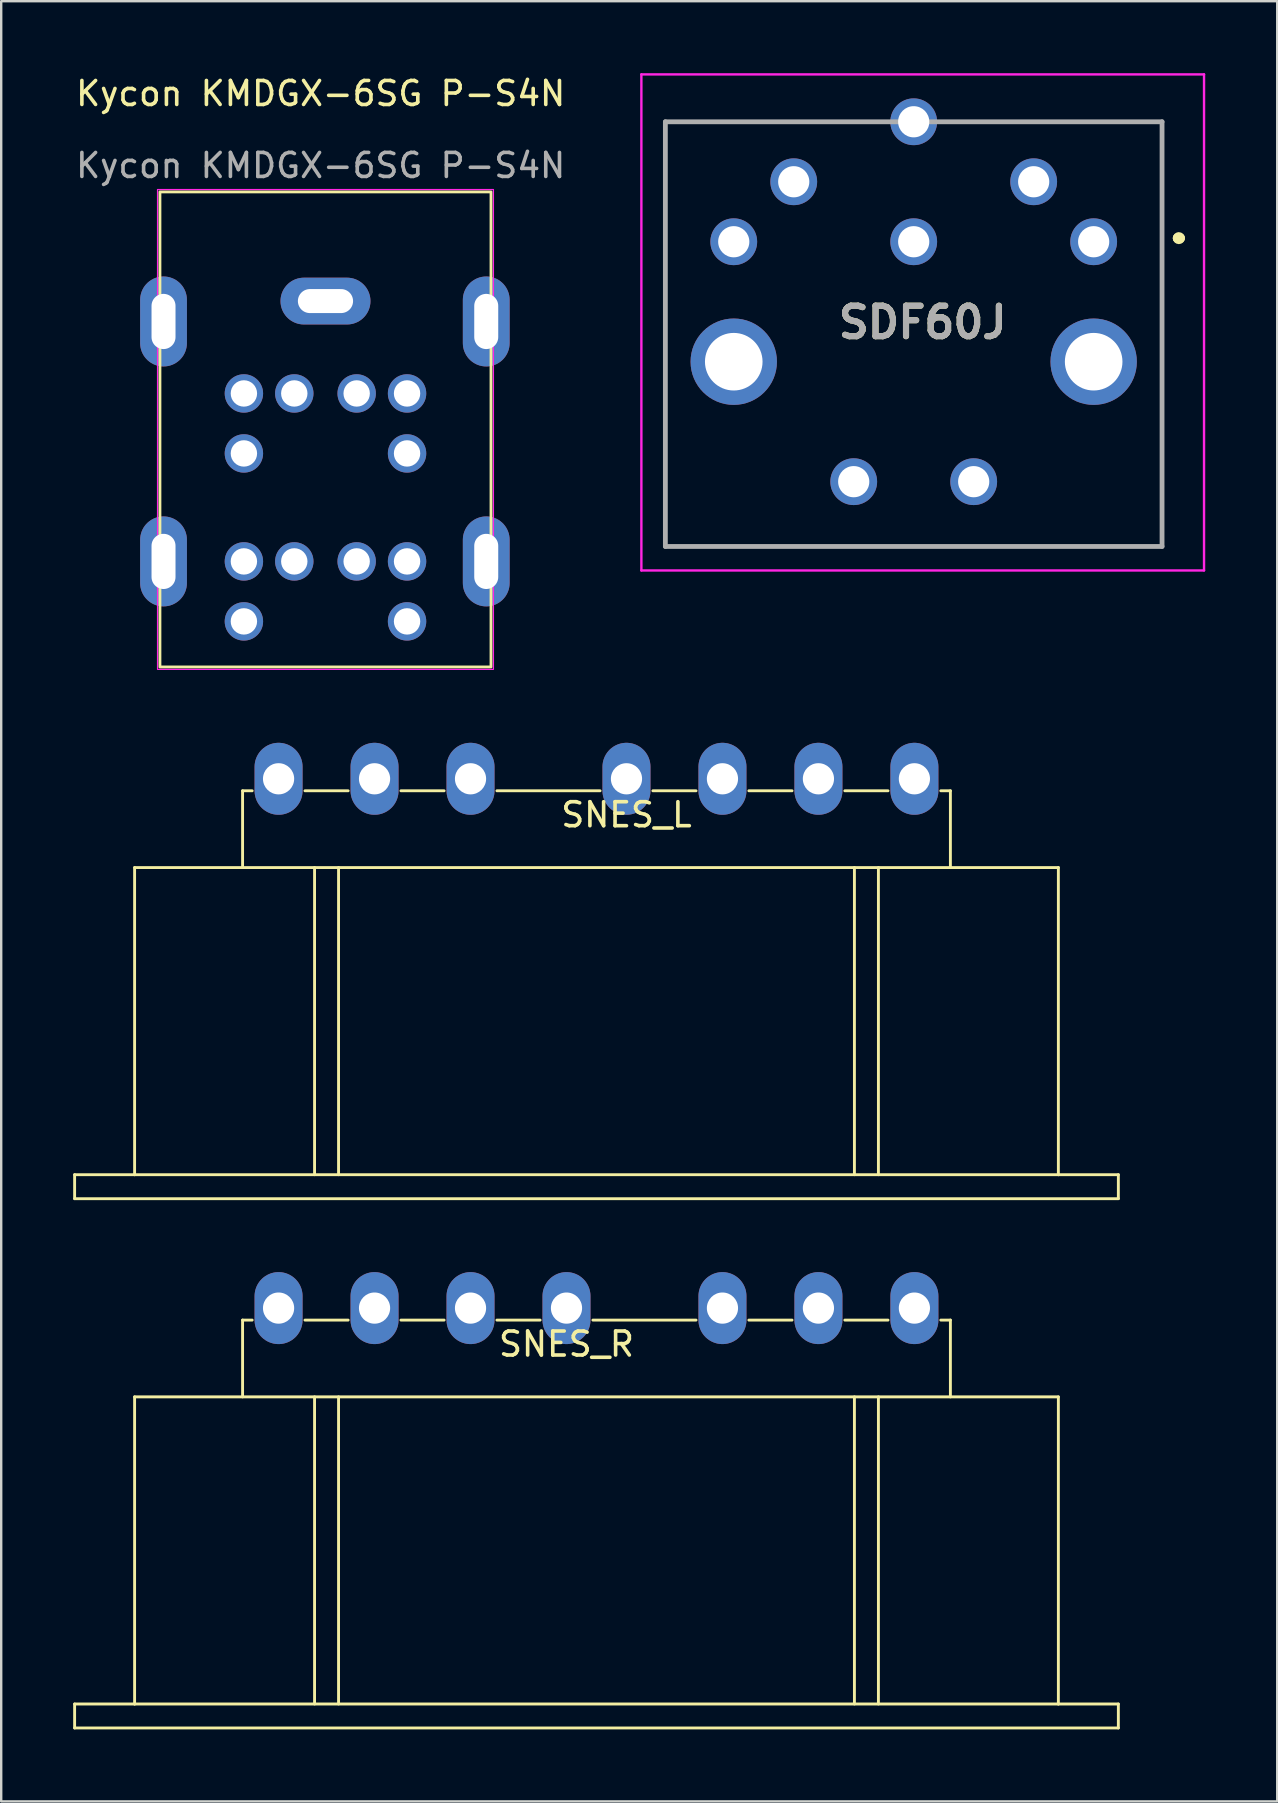
<source format=kicad_pcb>
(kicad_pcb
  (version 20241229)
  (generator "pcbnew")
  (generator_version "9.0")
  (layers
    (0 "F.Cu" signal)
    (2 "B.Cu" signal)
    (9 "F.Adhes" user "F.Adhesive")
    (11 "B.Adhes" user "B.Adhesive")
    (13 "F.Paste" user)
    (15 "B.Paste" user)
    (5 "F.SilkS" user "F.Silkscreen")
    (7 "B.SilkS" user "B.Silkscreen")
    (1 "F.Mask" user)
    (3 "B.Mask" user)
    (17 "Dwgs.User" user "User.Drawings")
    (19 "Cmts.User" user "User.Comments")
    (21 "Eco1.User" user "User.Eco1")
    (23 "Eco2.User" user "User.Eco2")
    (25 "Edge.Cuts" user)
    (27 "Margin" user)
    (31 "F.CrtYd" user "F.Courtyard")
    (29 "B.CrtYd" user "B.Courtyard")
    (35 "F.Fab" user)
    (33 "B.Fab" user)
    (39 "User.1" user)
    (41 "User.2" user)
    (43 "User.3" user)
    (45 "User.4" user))
  (footprint "SDF60J"
    (layer "F.Cu")
    (at 42.531 7.025)
    (property "Reference" "SDF60J" (at -7.125 3.362 0) (layer "F.SilkS") (effects (font (size 1.27 1.27) (thickness 0.254))))
    (attr through_hole)
    (fp_line (start -17.85 -5) (end -17.85 12.7) (stroke (width 0.1) (type solid)) (layer "F.SilkS"))
    (fp_line (start -17.85 12.7) (end 2.85 12.7) (stroke (width 0.1) (type solid)) (layer "F.SilkS"))
    (fp_line (start -9 -5) (end -17.85 -5) (stroke (width 0.1) (type solid)) (layer "F.SilkS"))
    (fp_line (start 2.85 -5) (end -6 -5) (stroke (width 0.1) (type solid)) (layer "F.SilkS"))
    (fp_line (start 2.85 12.7) (end 2.85 -5) (stroke (width 0.1) (type solid)) (layer "F.SilkS"))
    (fp_line (start 3.5 -0.15) (end 3.5 -0.15) (stroke (width 0.4) (type solid)) (layer "F.SilkS"))
    (fp_line (start 3.6 -0.15) (end 3.6 -0.15) (stroke (width 0.4) (type solid)) (layer "F.SilkS"))
    (fp_arc (start 3.5 -0.15) (mid 3.55 -0.2) (end 3.6 -0.15) (stroke (width 0.4) (type solid)) (layer "F.SilkS"))
    (fp_arc (start 3.6 -0.15) (mid 3.55 -0.1) (end 3.5 -0.15) (stroke (width 0.4) (type solid)) (layer "F.SilkS"))
    (fp_line (start -18.85 -6.975) (end 4.6 -6.975) (stroke (width 0.1) (type solid)) (layer "F.CrtYd"))
    (fp_line (start -18.85 13.7) (end -18.85 -6.975) (stroke (width 0.1) (type solid)) (layer "F.CrtYd"))
    (fp_line (start 4.6 -6.975) (end 4.6 13.7) (stroke (width 0.1) (type solid)) (layer "F.CrtYd"))
    (fp_line (start 4.6 13.7) (end -18.85 13.7) (stroke (width 0.1) (type solid)) (layer "F.CrtYd"))
    (fp_line (start -17.85 -5) (end 2.85 -5) (stroke (width 0.2) (type solid)) (layer "F.Fab"))
    (fp_line (start -17.85 12.7) (end -17.85 -5) (stroke (width 0.2) (type solid)) (layer "F.Fab"))
    (fp_line (start 2.85 -5) (end 2.85 12.7) (stroke (width 0.2) (type solid)) (layer "F.Fab"))
    (fp_line (start 2.85 12.7) (end -17.85 12.7) (stroke (width 0.2) (type solid)) (layer "F.Fab"))
    (fp_text user "${REFERENCE}" (at -7.125 3.362 0) (layer "F.Fab") (effects (font (size 1.27 1.27) (thickness 0.254))))
    (pad "1" thru_hole circle (at 0 0) (size 1.95 1.95) (drill 1.3) (layers "*.Cu" "*.Mask"))
    (pad "2" thru_hole circle (at -2.5 -2.5) (size 1.95 1.95) (drill 1.3) (layers "*.Cu" "*.Mask"))
    (pad "3" thru_hole circle (at -7.5 0) (size 1.95 1.95) (drill 1.3) (layers "*.Cu" "*.Mask"))
    (pad "4" thru_hole circle (at -12.5 -2.5) (size 1.95 1.95) (drill 1.3) (layers "*.Cu" "*.Mask"))
    (pad "5" thru_hole circle (at -15 0) (size 1.95 1.95) (drill 1.3) (layers "*.Cu" "*.Mask"))
    (pad "6" thru_hole circle (at -7.5 -5) (size 1.95 1.95) (drill 1.3) (layers "*.Cu" "*.Mask"))
    (pad "7" thru_hole circle (at -5 10) (size 1.95 1.95) (drill 1.3) (layers "*.Cu" "*.Mask"))
    (pad "8" thru_hole circle (at -10 10) (size 1.95 1.95) (drill 1.3) (layers "*.Cu" "*.Mask"))
    (pad "MH1" thru_hole circle (at 0 5) (size 3.6 3.6) (drill 2.4) (layers "*.Cu" "*.Mask"))
    (pad "MH2" thru_hole circle (at -15 5) (size 3.6 3.6) (drill 2.4) (layers "*.Cu" "*.Mask")))
  (footprint "SNES_R"
    (layer "F.Cu")
    (at 8.56 56.468)
    (property "Reference" "SNES_R" (at 12 -3.5 0) (layer "F.SilkS") (effects (font (size 1 1) (thickness 0.15))))
    (attr through_hole)
    (fp_line (start -8.5 11.5) (end -8.5 12.5) (stroke (width 0.12) (type solid)) (layer "F.SilkS"))
    (fp_line (start -8.5 12.5) (end 35 12.5) (stroke (width 0.12) (type solid)) (layer "F.SilkS"))
    (fp_line (start -6 -1.3) (end -6 11.5) (stroke (width 0.12) (type solid)) (layer "F.SilkS"))
    (fp_line (start -6 11.5) (end -8.5 11.5) (stroke (width 0.12) (type solid)) (layer "F.SilkS"))
    (fp_line (start -6 11.5) (end 32.5 11.5) (stroke (width 0.12) (type solid)) (layer "F.SilkS"))
    (fp_line (start -1.5 -4.5) (end -1.1 -4.5) (stroke (width 0.12) (type solid)) (layer "F.SilkS"))
    (fp_line (start -1.5 -1.3) (end -1.5 -4.5) (stroke (width 0.12) (type solid)) (layer "F.SilkS"))
    (fp_line (start 1.5 -1.3) (end 1.5 11.5) (stroke (width 0.12) (type solid)) (layer "F.SilkS"))
    (fp_line (start 2.5 11.5) (end 2.5 -1.3) (stroke (width 0.12) (type solid)) (layer "F.SilkS"))
    (fp_line (start 2.9 -4.5) (end 1.1 -4.5) (stroke (width 0.12) (type solid)) (layer "F.SilkS"))
    (fp_line (start 6.9 -4.5) (end 5.1 -4.5) (stroke (width 0.12) (type solid)) (layer "F.SilkS"))
    (fp_line (start 10.9 -4.5) (end 9.1 -4.5) (stroke (width 0.12) (type solid)) (layer "F.SilkS"))
    (fp_line (start 17.4 -4.5) (end 13.1 -4.5) (stroke (width 0.12) (type solid)) (layer "F.SilkS"))
    (fp_line (start 21.4 -4.5) (end 19.6 -4.5) (stroke (width 0.12) (type solid)) (layer "F.SilkS"))
    (fp_line (start 24 -1.3) (end 24 11.5) (stroke (width 0.12) (type solid)) (layer "F.SilkS"))
    (fp_line (start 25 -1.3) (end 25 11.5) (stroke (width 0.12) (type solid)) (layer "F.SilkS"))
    (fp_line (start 25.4 -4.5) (end 23.6 -4.5) (stroke (width 0.12) (type solid)) (layer "F.SilkS"))
    (fp_line (start 27.6 -4.5) (end 28 -4.5) (stroke (width 0.12) (type solid)) (layer "F.SilkS"))
    (fp_line (start 28 -4.5) (end 28 -1.3) (stroke (width 0.12) (type solid)) (layer "F.SilkS"))
    (fp_line (start 32.5 -1.3) (end -6 -1.3) (stroke (width 0.12) (type solid)) (layer "F.SilkS"))
    (fp_line (start 32.5 11.5) (end 32.5 -1.3) (stroke (width 0.12) (type solid)) (layer "F.SilkS"))
    (fp_line (start 35 11.5) (end 32.5 11.5) (stroke (width 0.12) (type solid)) (layer "F.SilkS"))
    (fp_line (start 35 12.5) (end 35 11.5) (stroke (width 0.12) (type solid)) (layer "F.SilkS"))
    (pad "1" thru_hole oval (at 0 -5) (size 2 3) (drill 1.3) (layers "*.Cu" "*.Mask"))
    (pad "2" thru_hole oval (at 4 -5) (size 2 3) (drill 1.3) (layers "*.Cu" "*.Mask"))
    (pad "3" thru_hole oval (at 8 -5) (size 2 3) (drill 1.3) (layers "*.Cu" "*.Mask"))
    (pad "4" thru_hole oval (at 12 -5) (size 2 3) (drill 1.3) (layers "*.Cu" "*.Mask"))
    (pad "5" thru_hole oval (at 18.5 -5) (size 2 3) (drill 1.3) (layers "*.Cu" "*.Mask"))
    (pad "6" thru_hole oval (at 22.5 -5) (size 2 3) (drill 1.3) (layers "*.Cu" "*.Mask"))
    (pad "7" thru_hole oval (at 26.5 -5) (size 2 3) (drill 1.3) (layers "*.Cu" "*.Mask")))
  (footprint "SNES_L"
    (layer "F.Cu")
    (at 12.14 35.648)
    (property "Reference" "SNES_L" (at 10.92 -4.74 0) (layer "F.SilkS") (effects (font (size 1 1) (thickness 0.15))))
    (attr through_hole)
    (fp_line (start -12.08 10.26) (end -9.58 10.26) (stroke (width 0.12) (type solid)) (layer "F.SilkS"))
    (fp_line (start -12.08 11.26) (end -12.08 10.26) (stroke (width 0.12) (type solid)) (layer "F.SilkS"))
    (fp_line (start -9.58 -2.54) (end 28.92 -2.54) (stroke (width 0.12) (type solid)) (layer "F.SilkS"))
    (fp_line (start -9.58 10.26) (end -9.58 -2.54) (stroke (width 0.12) (type solid)) (layer "F.SilkS"))
    (fp_line (start -5.08 -5.74) (end -5.08 -2.54) (stroke (width 0.12) (type solid)) (layer "F.SilkS"))
    (fp_line (start -4.68 -5.74) (end -5.08 -5.74) (stroke (width 0.12) (type solid)) (layer "F.SilkS"))
    (fp_line (start -2.48 -5.74) (end -0.68 -5.74) (stroke (width 0.12) (type solid)) (layer "F.SilkS"))
    (fp_line (start -2.08 -2.54) (end -2.08 10.26) (stroke (width 0.12) (type solid)) (layer "F.SilkS"))
    (fp_line (start -1.08 -2.54) (end -1.08 10.26) (stroke (width 0.12) (type solid)) (layer "F.SilkS"))
    (fp_line (start 1.52 -5.74) (end 3.32 -5.74) (stroke (width 0.12) (type solid)) (layer "F.SilkS"))
    (fp_line (start 5.52 -5.74) (end 9.82 -5.74) (stroke (width 0.12) (type solid)) (layer "F.SilkS"))
    (fp_line (start 12.02 -5.74) (end 13.82 -5.74) (stroke (width 0.12) (type solid)) (layer "F.SilkS"))
    (fp_line (start 16.02 -5.74) (end 17.82 -5.74) (stroke (width 0.12) (type solid)) (layer "F.SilkS"))
    (fp_line (start 20.02 -5.74) (end 21.82 -5.74) (stroke (width 0.12) (type solid)) (layer "F.SilkS"))
    (fp_line (start 20.42 10.26) (end 20.42 -2.54) (stroke (width 0.12) (type solid)) (layer "F.SilkS"))
    (fp_line (start 21.42 -2.54) (end 21.42 10.26) (stroke (width 0.12) (type solid)) (layer "F.SilkS"))
    (fp_line (start 24.42 -5.74) (end 24.02 -5.74) (stroke (width 0.12) (type solid)) (layer "F.SilkS"))
    (fp_line (start 24.42 -2.54) (end 24.42 -5.74) (stroke (width 0.12) (type solid)) (layer "F.SilkS"))
    (fp_line (start 28.92 -2.54) (end 28.92 10.26) (stroke (width 0.12) (type solid)) (layer "F.SilkS"))
    (fp_line (start 28.92 10.26) (end -9.58 10.26) (stroke (width 0.12) (type solid)) (layer "F.SilkS"))
    (fp_line (start 28.92 10.26) (end 31.42 10.26) (stroke (width 0.12) (type solid)) (layer "F.SilkS"))
    (fp_line (start 31.42 10.26) (end 31.42 11.26) (stroke (width 0.12) (type solid)) (layer "F.SilkS"))
    (fp_line (start 31.42 11.26) (end -12.08 11.26) (stroke (width 0.12) (type solid)) (layer "F.SilkS"))
    (pad "1" thru_hole oval (at 22.92 -6.24) (size 2 3) (drill 1.3) (layers "*.Cu" "*.Mask"))
    (pad "2" thru_hole oval (at 18.92 -6.24) (size 2 3) (drill 1.3) (layers "*.Cu" "*.Mask"))
    (pad "3" thru_hole oval (at 14.92 -6.24) (size 2 3) (drill 1.3) (layers "*.Cu" "*.Mask"))
    (pad "4" thru_hole oval (at 10.92 -6.24) (size 2 3) (drill 1.3) (layers "*.Cu" "*.Mask"))
    (pad "5" thru_hole oval (at 4.42 -6.24) (size 2 3) (drill 1.3) (layers "*.Cu" "*.Mask"))
    (pad "6" thru_hole oval (at 0.42 -6.24) (size 2 3) (drill 1.3) (layers "*.Cu" "*.Mask"))
    (pad "7" thru_hole oval (at -3.58 -6.24) (size 2 3) (drill 1.3) (layers "*.Cu" "*.Mask")))
  (footprint "Kycon KMDGX-6SG P-S4N"
    (layer "F.Cu")
    (at 10.515 10.348)
    (property "Reference" "Kycon KMDGX-6SG P-S4N" (at -0.2 -9.5 0) (unlocked yes) (layer "F.SilkS") (effects (font (size 1 1) (thickness 0.15))))
    (attr through_hole)
    (fp_rect (start -6.9 -5.4) (end 6.9 14.4) (stroke (width 0.12) (type solid)) (fill no) (layer "F.SilkS"))
    (fp_rect (start -2.3 -8) (end -2.3 -8) (stroke (width 0.12) (type solid)) (fill no) (layer "F.SilkS"))
    (fp_rect (start -7 -5.5) (end 7 14.5) (stroke (width 0.05) (type solid)) (fill no) (layer "F.CrtYd"))
    (fp_line (start -4 -3.6) (end -2 -3.6) (stroke (width 0.12) (type solid)) (layer "User.1"))
    (fp_line (start -3 -5.1) (end -4 -3.6) (stroke (width 0.12) (type solid)) (layer "User.1"))
    (fp_line (start -3 -1.1) (end -3 -5.1) (stroke (width 0.12) (type solid)) (layer "User.1"))
    (fp_line (start -2 -3.6) (end -3 -5.1) (stroke (width 0.12) (type solid)) (layer "User.1"))
    (fp_line (start 0 -5.5) (end 0 14.5) (stroke (width 0.12) (type solid)) (layer "User.1"))
    (fp_line (start 3 -3.5) (end 5 -3.5) (stroke (width 0.12) (type solid)) (layer "User.1"))
    (fp_line (start 4 -5) (end 3 -3.5) (stroke (width 0.12) (type solid)) (layer "User.1"))
    (fp_line (start 4 -1) (end 4 -5) (stroke (width 0.12) (type solid)) (layer "User.1"))
    (fp_line (start 5 -3.5) (end 4 -5) (stroke (width 0.12) (type solid)) (layer "User.1"))
    (fp_text user "${REFERENCE}" (at -0.2 -6.5 0) (unlocked yes) (layer "F.Fab") (effects (font (size 1 1) (thickness 0.15))))
    (pad "1" thru_hole circle (at -1.3 3) (size 1.6 1.6) (drill 1.1) (layers "*.Cu" "*.Mask"))
    (pad "2" thru_hole circle (at 1.3 3) (size 1.6 1.6) (drill 1.1) (layers "*.Cu" "*.Mask"))
    (pad "3" thru_hole circle (at -3.4 3) (size 1.6 1.6) (drill 1.1) (layers "*.Cu" "*.Mask"))
    (pad "4" thru_hole circle (at 3.4 3) (size 1.6 1.6) (drill 1.1) (layers "*.Cu" "*.Mask"))
    (pad "5" thru_hole circle (at -3.4 5.5) (size 1.6 1.6) (drill 1.1) (layers "*.Cu" "*.Mask"))
    (pad "6" thru_hole circle (at 3.4 5.5) (size 1.6 1.6) (drill 1.1) (layers "*.Cu" "*.Mask"))
    (pad "7" thru_hole circle (at -1.3 10) (size 1.6 1.6) (drill 1.1) (layers "*.Cu" "*.Mask"))
    (pad "8" thru_hole circle (at 1.3 10) (size 1.6 1.6) (drill 1.1) (layers "*.Cu" "*.Mask"))
    (pad "9" thru_hole circle (at -3.4 10) (size 1.6 1.6) (drill 1.1) (layers "*.Cu" "*.Mask"))
    (pad "10" thru_hole circle (at 3.4 10) (size 1.6 1.6) (drill 1.1) (layers "*.Cu" "*.Mask"))
    (pad "11" thru_hole circle (at -3.4 12.5) (size 1.6 1.6) (drill 1.1) (layers "*.Cu" "*.Mask"))
    (pad "12" thru_hole circle (at 3.4 12.5) (size 1.6 1.6) (drill 1.1) (layers "*.Cu" "*.Mask"))
    (pad "MH" thru_hole oval (at -6.75 0) (size 1.95 3.75) (drill oval 1 2.3) (layers "*.Cu" "*.Mask"))
    (pad "MH" thru_hole oval (at -6.75 10) (size 1.95 3.75) (drill oval 1 2.3) (layers "*.Cu" "*.Mask"))
    (pad "MH" thru_hole oval (at 0 -0.85) (size 3.75 1.95) (drill oval 2.3 1) (layers "*.Cu" "*.Mask"))
    (pad "MH" thru_hole oval (at 6.7 0) (size 1.95 3.75) (drill oval 1 2.3) (layers "*.Cu" "*.Mask"))
    (pad "MH" thru_hole oval (at 6.7 10) (size 1.95 3.75) (drill oval 1 2.3) (layers "*.Cu" "*.Mask")))
  (gr_rect
    (start -3 -3)
    (end 50.181 72.028)
    (stroke (width 0.1) (type default))
    (fill no)
    (layer "Edge.Cuts")))
</source>
